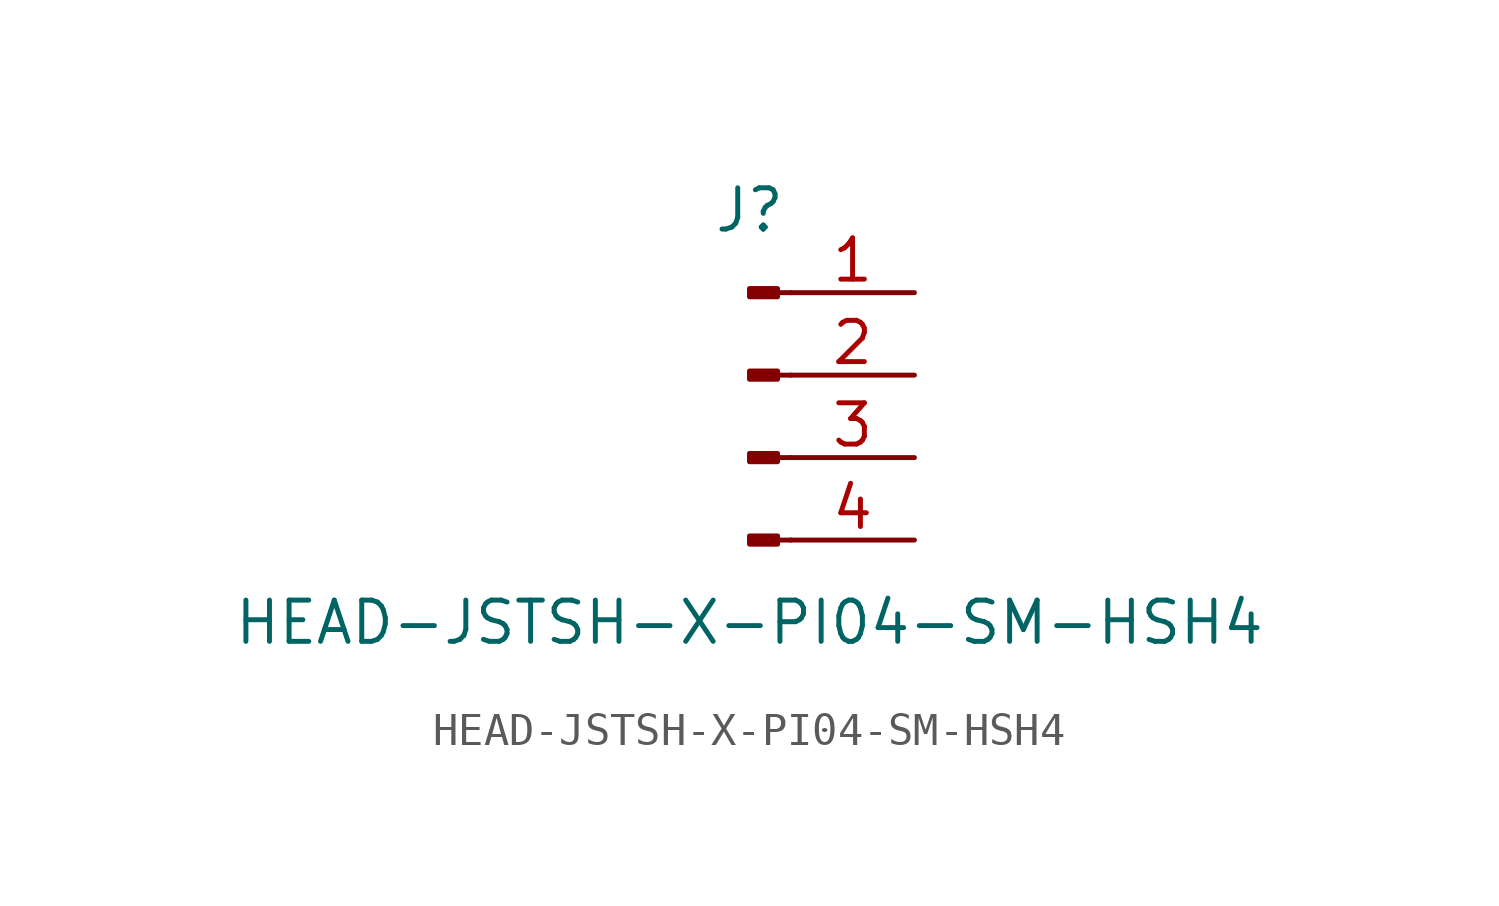
<source format=kicad_sym>
(kicad_symbol_lib
  (version 20211014)
  (generator kicad_symbol_editor)
  (symbol "HEAD-JSTSH-X-PI04-SM-HSH4"
    (pin_names
      (offset 1.016) hide)
    (property "Reference" "J"
      (at 0 5.08 0)
      (effects (font (size 1.27 1.27))))
    (property "Value" "HEAD-JSTSH-X-PI04-SM-HSH4"
      (at 0 -7.62 0)
      (effects (font (size 1.27 1.27))))
    (symbol "HEAD-JSTSH-X-PI04-SM-HSH4_1_1"
      (polyline (pts (xy 1.27 -5.08) (xy 0.864 -5.08)) (stroke (width 0.152) (type default) (color 0 0 0 0)) (fill (type none)))
      (polyline (pts (xy 1.27 -2.54) (xy 0.864 -2.54)) (stroke (width 0.152) (type default) (color 0 0 0 0)) (fill (type none)))
      (polyline (pts (xy 1.27 0) (xy 0.864 0)) (stroke (width 0.152) (type default) (color 0 0 0 0)) (fill (type none)))
      (polyline (pts (xy 1.27 2.54) (xy 0.864 2.54)) (stroke (width 0.152) (type default) (color 0 0 0 0)) (fill (type none)))
      (rectangle (start 0.864 -4.953) (end 0 -5.207) (stroke (width 0.152) (type default) (color 0 0 0 0)) (fill (type outline)))
      (rectangle (start 0.864 -2.413) (end 0 -2.667) (stroke (width 0.152) (type default) (color 0 0 0 0)) (fill (type outline)))
      (rectangle (start 0.864 0.127) (end 0 -0.127) (stroke (width 0.152) (type default) (color 0 0 0 0)) (fill (type outline)))
      (rectangle (start 0.864 2.667) (end 0 2.413) (stroke (width 0.152) (type default) (color 0 0 0 0)) (fill (type outline)))
      (pin passive line (at 5.08 2.54 180) (length 3.81) (name "Pin_1" (effects (font (size 1.27 1.27)))) (number "1" (effects (font (size 1.27 1.27)))))
      (pin passive line (at 5.08 0 180) (length 3.81) (name "Pin_2" (effects (font (size 1.27 1.27)))) (number "2" (effects (font (size 1.27 1.27)))))
      (pin passive line (at 5.08 -2.54 180) (length 3.81) (name "Pin_3" (effects (font (size 1.27 1.27)))) (number "3" (effects (font (size 1.27 1.27)))))
      (pin passive line (at 5.08 -5.08 180) (length 3.81) (name "Pin_4" (effects (font (size 1.27 1.27)))) (number "4" (effects (font (size 1.27 1.27))))))))
</source>
